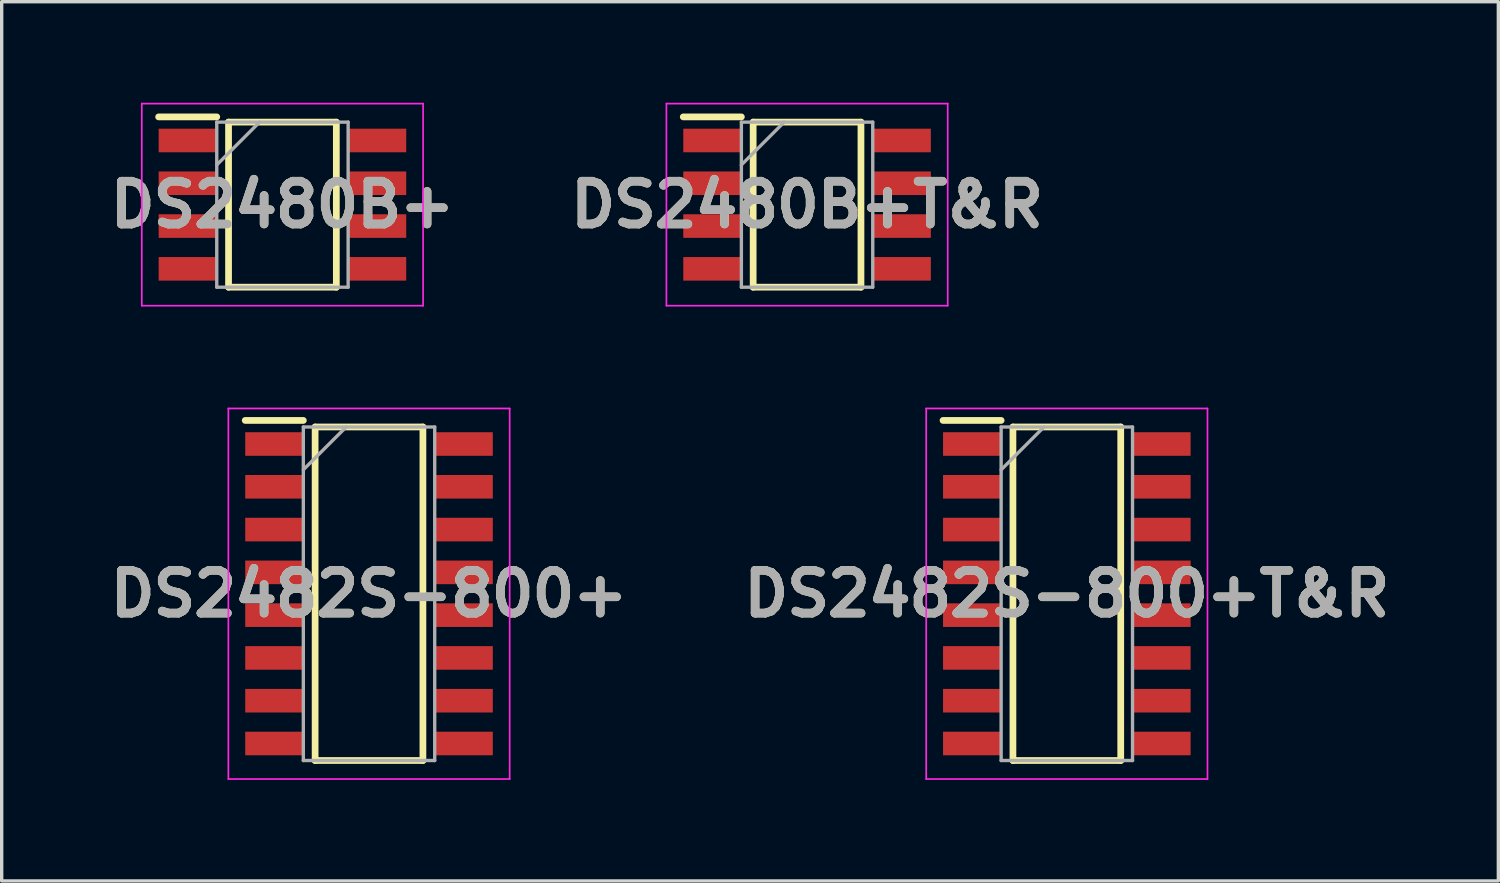
<source format=kicad_pcb>
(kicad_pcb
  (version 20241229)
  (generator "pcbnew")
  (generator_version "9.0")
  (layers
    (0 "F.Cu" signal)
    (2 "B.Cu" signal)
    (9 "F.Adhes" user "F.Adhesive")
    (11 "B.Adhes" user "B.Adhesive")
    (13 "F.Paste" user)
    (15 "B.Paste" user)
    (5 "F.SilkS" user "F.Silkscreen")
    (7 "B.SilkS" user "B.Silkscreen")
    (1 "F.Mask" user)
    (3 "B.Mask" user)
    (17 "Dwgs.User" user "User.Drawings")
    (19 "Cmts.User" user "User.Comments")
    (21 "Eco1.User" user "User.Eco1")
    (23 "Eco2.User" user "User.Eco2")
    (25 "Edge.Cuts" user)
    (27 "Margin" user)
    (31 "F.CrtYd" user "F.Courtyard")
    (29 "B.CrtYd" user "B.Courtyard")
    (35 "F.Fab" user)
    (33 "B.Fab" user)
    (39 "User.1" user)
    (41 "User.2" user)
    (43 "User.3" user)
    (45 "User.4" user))
  (footprint "DS2482S-800+"
    (layer "F.Cu")
    (at 7.904 14.575)
    (property "Reference" "DS2482S-800+" (at 0 0 0) (layer "F.SilkS") (effects (font (size 1.27 1.27) (thickness 0.254))))
    (attr smd)
    (fp_line (start -3.675 -5.145) (end -1.95 -5.145) (stroke (width 0.2) (type solid)) (layer "F.SilkS"))
    (fp_line (start -1.6 -4.95) (end 1.6 -4.95) (stroke (width 0.2) (type solid)) (layer "F.SilkS"))
    (fp_line (start -1.6 4.95) (end -1.6 -4.95) (stroke (width 0.2) (type solid)) (layer "F.SilkS"))
    (fp_line (start 1.6 -4.95) (end 1.6 4.95) (stroke (width 0.2) (type solid)) (layer "F.SilkS"))
    (fp_line (start 1.6 4.95) (end -1.6 4.95) (stroke (width 0.2) (type solid)) (layer "F.SilkS"))
    (fp_line (start -4.175 -5.5) (end 4.175 -5.5) (stroke (width 0.05) (type solid)) (layer "F.CrtYd"))
    (fp_line (start -4.175 5.5) (end -4.175 -5.5) (stroke (width 0.05) (type solid)) (layer "F.CrtYd"))
    (fp_line (start 4.175 -5.5) (end 4.175 5.5) (stroke (width 0.05) (type solid)) (layer "F.CrtYd"))
    (fp_line (start 4.175 5.5) (end -4.175 5.5) (stroke (width 0.05) (type solid)) (layer "F.CrtYd"))
    (fp_line (start -1.95 -4.95) (end 1.95 -4.95) (stroke (width 0.1) (type solid)) (layer "F.Fab"))
    (fp_line (start -1.95 -3.68) (end -0.68 -4.95) (stroke (width 0.1) (type solid)) (layer "F.Fab"))
    (fp_line (start -1.95 4.95) (end -1.95 -4.95) (stroke (width 0.1) (type solid)) (layer "F.Fab"))
    (fp_line (start 1.95 -4.95) (end 1.95 4.95) (stroke (width 0.1) (type solid)) (layer "F.Fab"))
    (fp_line (start 1.95 4.95) (end -1.95 4.95) (stroke (width 0.1) (type solid)) (layer "F.Fab"))
    (fp_text user "${REFERENCE}" (at 0 0 0) (layer "F.Fab") (effects (font (size 1.27 1.27) (thickness 0.254))))
    (pad "1" smd rect (at -2.812 -4.445 90) (size 0.7 1.725) (layers "F.Cu" "F.Mask" "F.Paste"))
    (pad "2" smd rect (at -2.812 -3.175 90) (size 0.7 1.725) (layers "F.Cu" "F.Mask" "F.Paste"))
    (pad "3" smd rect (at -2.812 -1.905 90) (size 0.7 1.725) (layers "F.Cu" "F.Mask" "F.Paste"))
    (pad "4" smd rect (at -2.812 -0.635 90) (size 0.7 1.725) (layers "F.Cu" "F.Mask" "F.Paste"))
    (pad "5" smd rect (at -2.812 0.635 90) (size 0.7 1.725) (layers "F.Cu" "F.Mask" "F.Paste"))
    (pad "6" smd rect (at -2.812 1.905 90) (size 0.7 1.725) (layers "F.Cu" "F.Mask" "F.Paste"))
    (pad "7" smd rect (at -2.812 3.175 90) (size 0.7 1.725) (layers "F.Cu" "F.Mask" "F.Paste"))
    (pad "8" smd rect (at -2.812 4.445 90) (size 0.7 1.725) (layers "F.Cu" "F.Mask" "F.Paste"))
    (pad "9" smd rect (at 2.812 4.445 90) (size 0.7 1.725) (layers "F.Cu" "F.Mask" "F.Paste"))
    (pad "10" smd rect (at 2.812 3.175 90) (size 0.7 1.725) (layers "F.Cu" "F.Mask" "F.Paste"))
    (pad "11" smd rect (at 2.812 1.905 90) (size 0.7 1.725) (layers "F.Cu" "F.Mask" "F.Paste"))
    (pad "12" smd rect (at 2.812 0.635 90) (size 0.7 1.725) (layers "F.Cu" "F.Mask" "F.Paste"))
    (pad "13" smd rect (at 2.812 -0.635 90) (size 0.7 1.725) (layers "F.Cu" "F.Mask" "F.Paste"))
    (pad "14" smd rect (at 2.812 -1.905 90) (size 0.7 1.725) (layers "F.Cu" "F.Mask" "F.Paste"))
    (pad "15" smd rect (at 2.812 -3.175 90) (size 0.7 1.725) (layers "F.Cu" "F.Mask" "F.Paste"))
    (pad "16" smd rect (at 2.812 -4.445 90) (size 0.7 1.725) (layers "F.Cu" "F.Mask" "F.Paste")))
  (footprint "DS2480B+T&R"
    (layer "F.Cu")
    (at 20.907 3.025)
    (property "Reference" "DS2480B+T&R" (at 0 0 0) (layer "F.SilkS") (effects (font (size 1.27 1.27) (thickness 0.254))))
    (attr smd)
    (fp_line (start -3.675 -2.605) (end -1.95 -2.605) (stroke (width 0.2) (type solid)) (layer "F.SilkS"))
    (fp_line (start -1.6 -2.45) (end 1.6 -2.45) (stroke (width 0.2) (type solid)) (layer "F.SilkS"))
    (fp_line (start -1.6 2.45) (end -1.6 -2.45) (stroke (width 0.2) (type solid)) (layer "F.SilkS"))
    (fp_line (start 1.6 -2.45) (end 1.6 2.45) (stroke (width 0.2) (type solid)) (layer "F.SilkS"))
    (fp_line (start 1.6 2.45) (end -1.6 2.45) (stroke (width 0.2) (type solid)) (layer "F.SilkS"))
    (fp_line (start -4.175 -3) (end 4.175 -3) (stroke (width 0.05) (type solid)) (layer "F.CrtYd"))
    (fp_line (start -4.175 3) (end -4.175 -3) (stroke (width 0.05) (type solid)) (layer "F.CrtYd"))
    (fp_line (start 4.175 -3) (end 4.175 3) (stroke (width 0.05) (type solid)) (layer "F.CrtYd"))
    (fp_line (start 4.175 3) (end -4.175 3) (stroke (width 0.05) (type solid)) (layer "F.CrtYd"))
    (fp_line (start -1.95 -2.45) (end 1.95 -2.45) (stroke (width 0.1) (type solid)) (layer "F.Fab"))
    (fp_line (start -1.95 -1.18) (end -0.68 -2.45) (stroke (width 0.1) (type solid)) (layer "F.Fab"))
    (fp_line (start -1.95 2.45) (end -1.95 -2.45) (stroke (width 0.1) (type solid)) (layer "F.Fab"))
    (fp_line (start 1.95 -2.45) (end 1.95 2.45) (stroke (width 0.1) (type solid)) (layer "F.Fab"))
    (fp_line (start 1.95 2.45) (end -1.95 2.45) (stroke (width 0.1) (type solid)) (layer "F.Fab"))
    (fp_text user "${REFERENCE}" (at 0 0 0) (layer "F.Fab") (effects (font (size 1.27 1.27) (thickness 0.254))))
    (pad "1" smd rect (at -2.812 -1.905 90) (size 0.7 1.725) (layers "F.Cu" "F.Mask" "F.Paste"))
    (pad "2" smd rect (at -2.812 -0.635 90) (size 0.7 1.725) (layers "F.Cu" "F.Mask" "F.Paste"))
    (pad "3" smd rect (at -2.812 0.635 90) (size 0.7 1.725) (layers "F.Cu" "F.Mask" "F.Paste"))
    (pad "4" smd rect (at -2.812 1.905 90) (size 0.7 1.725) (layers "F.Cu" "F.Mask" "F.Paste"))
    (pad "5" smd rect (at 2.812 1.905 90) (size 0.7 1.725) (layers "F.Cu" "F.Mask" "F.Paste"))
    (pad "6" smd rect (at 2.812 0.635 90) (size 0.7 1.725) (layers "F.Cu" "F.Mask" "F.Paste"))
    (pad "7" smd rect (at 2.812 -0.635 90) (size 0.7 1.725) (layers "F.Cu" "F.Mask" "F.Paste"))
    (pad "8" smd rect (at 2.812 -1.905 90) (size 0.7 1.725) (layers "F.Cu" "F.Mask" "F.Paste")))
  (footprint "DS2482S-800+T&R"
    (layer "F.Cu")
    (at 28.618 14.575)
    (property "Reference" "DS2482S-800+T&R" (at 0 0 0) (layer "F.SilkS") (effects (font (size 1.27 1.27) (thickness 0.254))))
    (attr smd)
    (fp_line (start -3.675 -5.145) (end -1.95 -5.145) (stroke (width 0.2) (type solid)) (layer "F.SilkS"))
    (fp_line (start -1.6 -4.95) (end 1.6 -4.95) (stroke (width 0.2) (type solid)) (layer "F.SilkS"))
    (fp_line (start -1.6 4.95) (end -1.6 -4.95) (stroke (width 0.2) (type solid)) (layer "F.SilkS"))
    (fp_line (start 1.6 -4.95) (end 1.6 4.95) (stroke (width 0.2) (type solid)) (layer "F.SilkS"))
    (fp_line (start 1.6 4.95) (end -1.6 4.95) (stroke (width 0.2) (type solid)) (layer "F.SilkS"))
    (fp_line (start -4.175 -5.5) (end 4.175 -5.5) (stroke (width 0.05) (type solid)) (layer "F.CrtYd"))
    (fp_line (start -4.175 5.5) (end -4.175 -5.5) (stroke (width 0.05) (type solid)) (layer "F.CrtYd"))
    (fp_line (start 4.175 -5.5) (end 4.175 5.5) (stroke (width 0.05) (type solid)) (layer "F.CrtYd"))
    (fp_line (start 4.175 5.5) (end -4.175 5.5) (stroke (width 0.05) (type solid)) (layer "F.CrtYd"))
    (fp_line (start -1.95 -4.95) (end 1.95 -4.95) (stroke (width 0.1) (type solid)) (layer "F.Fab"))
    (fp_line (start -1.95 -3.68) (end -0.68 -4.95) (stroke (width 0.1) (type solid)) (layer "F.Fab"))
    (fp_line (start -1.95 4.95) (end -1.95 -4.95) (stroke (width 0.1) (type solid)) (layer "F.Fab"))
    (fp_line (start 1.95 -4.95) (end 1.95 4.95) (stroke (width 0.1) (type solid)) (layer "F.Fab"))
    (fp_line (start 1.95 4.95) (end -1.95 4.95) (stroke (width 0.1) (type solid)) (layer "F.Fab"))
    (fp_text user "${REFERENCE}" (at 0 0 0) (layer "F.Fab") (effects (font (size 1.27 1.27) (thickness 0.254))))
    (pad "1" smd rect (at -2.812 -4.445 90) (size 0.7 1.725) (layers "F.Cu" "F.Mask" "F.Paste"))
    (pad "2" smd rect (at -2.812 -3.175 90) (size 0.7 1.725) (layers "F.Cu" "F.Mask" "F.Paste"))
    (pad "3" smd rect (at -2.812 -1.905 90) (size 0.7 1.725) (layers "F.Cu" "F.Mask" "F.Paste"))
    (pad "4" smd rect (at -2.812 -0.635 90) (size 0.7 1.725) (layers "F.Cu" "F.Mask" "F.Paste"))
    (pad "5" smd rect (at -2.812 0.635 90) (size 0.7 1.725) (layers "F.Cu" "F.Mask" "F.Paste"))
    (pad "6" smd rect (at -2.812 1.905 90) (size 0.7 1.725) (layers "F.Cu" "F.Mask" "F.Paste"))
    (pad "7" smd rect (at -2.812 3.175 90) (size 0.7 1.725) (layers "F.Cu" "F.Mask" "F.Paste"))
    (pad "8" smd rect (at -2.812 4.445 90) (size 0.7 1.725) (layers "F.Cu" "F.Mask" "F.Paste"))
    (pad "9" smd rect (at 2.812 4.445 90) (size 0.7 1.725) (layers "F.Cu" "F.Mask" "F.Paste"))
    (pad "10" smd rect (at 2.812 3.175 90) (size 0.7 1.725) (layers "F.Cu" "F.Mask" "F.Paste"))
    (pad "11" smd rect (at 2.812 1.905 90) (size 0.7 1.725) (layers "F.Cu" "F.Mask" "F.Paste"))
    (pad "12" smd rect (at 2.812 0.635 90) (size 0.7 1.725) (layers "F.Cu" "F.Mask" "F.Paste"))
    (pad "13" smd rect (at 2.812 -0.635 90) (size 0.7 1.725) (layers "F.Cu" "F.Mask" "F.Paste"))
    (pad "14" smd rect (at 2.812 -1.905 90) (size 0.7 1.725) (layers "F.Cu" "F.Mask" "F.Paste"))
    (pad "15" smd rect (at 2.812 -3.175 90) (size 0.7 1.725) (layers "F.Cu" "F.Mask" "F.Paste"))
    (pad "16" smd rect (at 2.812 -4.445 90) (size 0.7 1.725) (layers "F.Cu" "F.Mask" "F.Paste")))
  (footprint "DS2480B+"
    (layer "F.Cu")
    (at 5.334 3.025)
    (property "Reference" "DS2480B+" (at 0 0 0) (layer "F.SilkS") (effects (font (size 1.27 1.27) (thickness 0.254))))
    (attr smd)
    (fp_line (start -3.675 -2.605) (end -1.95 -2.605) (stroke (width 0.2) (type solid)) (layer "F.SilkS"))
    (fp_line (start -1.6 -2.45) (end 1.6 -2.45) (stroke (width 0.2) (type solid)) (layer "F.SilkS"))
    (fp_line (start -1.6 2.45) (end -1.6 -2.45) (stroke (width 0.2) (type solid)) (layer "F.SilkS"))
    (fp_line (start 1.6 -2.45) (end 1.6 2.45) (stroke (width 0.2) (type solid)) (layer "F.SilkS"))
    (fp_line (start 1.6 2.45) (end -1.6 2.45) (stroke (width 0.2) (type solid)) (layer "F.SilkS"))
    (fp_line (start -4.175 -3) (end 4.175 -3) (stroke (width 0.05) (type solid)) (layer "F.CrtYd"))
    (fp_line (start -4.175 3) (end -4.175 -3) (stroke (width 0.05) (type solid)) (layer "F.CrtYd"))
    (fp_line (start 4.175 -3) (end 4.175 3) (stroke (width 0.05) (type solid)) (layer "F.CrtYd"))
    (fp_line (start 4.175 3) (end -4.175 3) (stroke (width 0.05) (type solid)) (layer "F.CrtYd"))
    (fp_line (start -1.95 -2.45) (end 1.95 -2.45) (stroke (width 0.1) (type solid)) (layer "F.Fab"))
    (fp_line (start -1.95 -1.18) (end -0.68 -2.45) (stroke (width 0.1) (type solid)) (layer "F.Fab"))
    (fp_line (start -1.95 2.45) (end -1.95 -2.45) (stroke (width 0.1) (type solid)) (layer "F.Fab"))
    (fp_line (start 1.95 -2.45) (end 1.95 2.45) (stroke (width 0.1) (type solid)) (layer "F.Fab"))
    (fp_line (start 1.95 2.45) (end -1.95 2.45) (stroke (width 0.1) (type solid)) (layer "F.Fab"))
    (fp_text user "${REFERENCE}" (at 0 0 0) (layer "F.Fab") (effects (font (size 1.27 1.27) (thickness 0.254))))
    (pad "1" smd rect (at -2.812 -1.905 90) (size 0.7 1.725) (layers "F.Cu" "F.Mask" "F.Paste"))
    (pad "2" smd rect (at -2.812 -0.635 90) (size 0.7 1.725) (layers "F.Cu" "F.Mask" "F.Paste"))
    (pad "3" smd rect (at -2.812 0.635 90) (size 0.7 1.725) (layers "F.Cu" "F.Mask" "F.Paste"))
    (pad "4" smd rect (at -2.812 1.905 90) (size 0.7 1.725) (layers "F.Cu" "F.Mask" "F.Paste"))
    (pad "5" smd rect (at 2.812 1.905 90) (size 0.7 1.725) (layers "F.Cu" "F.Mask" "F.Paste"))
    (pad "6" smd rect (at 2.812 0.635 90) (size 0.7 1.725) (layers "F.Cu" "F.Mask" "F.Paste"))
    (pad "7" smd rect (at 2.812 -0.635 90) (size 0.7 1.725) (layers "F.Cu" "F.Mask" "F.Paste"))
    (pad "8" smd rect (at 2.812 -1.905 90) (size 0.7 1.725) (layers "F.Cu" "F.Mask" "F.Paste")))
  (gr_rect
    (start -3 -3)
    (end 41.427 23.1)
    (stroke (width 0.1) (type default))
    (fill no)
    (layer "Edge.Cuts")))
</source>
